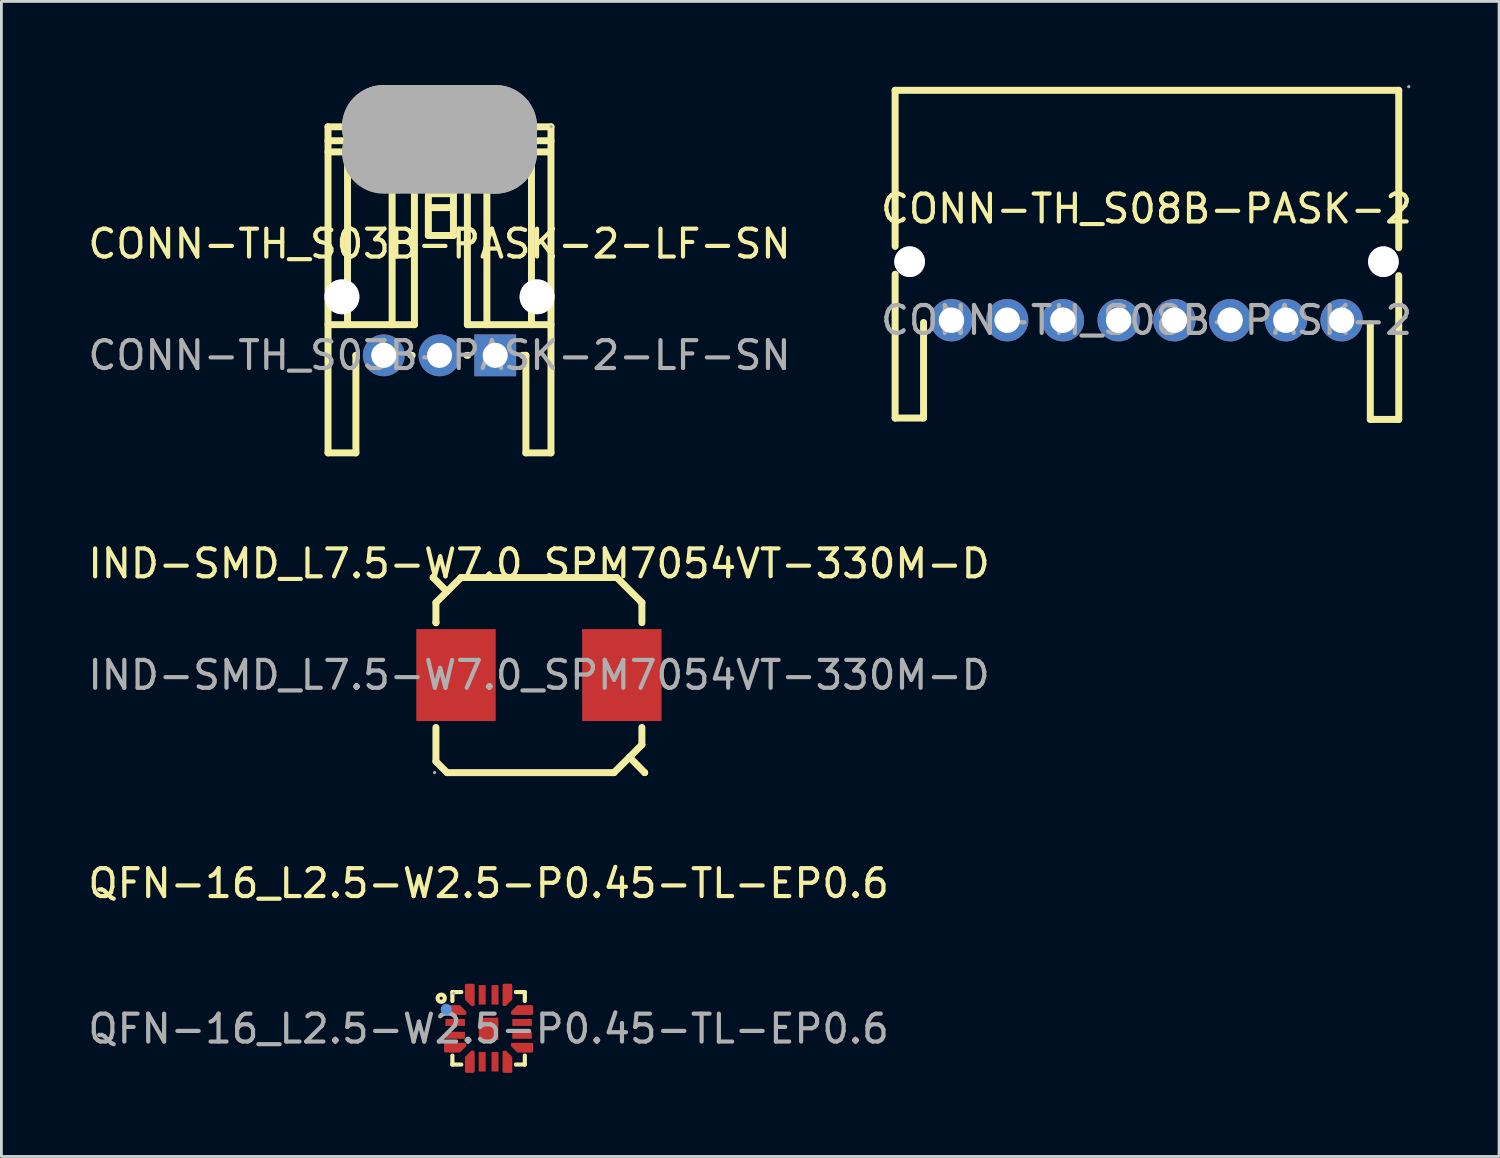
<source format=kicad_pcb>
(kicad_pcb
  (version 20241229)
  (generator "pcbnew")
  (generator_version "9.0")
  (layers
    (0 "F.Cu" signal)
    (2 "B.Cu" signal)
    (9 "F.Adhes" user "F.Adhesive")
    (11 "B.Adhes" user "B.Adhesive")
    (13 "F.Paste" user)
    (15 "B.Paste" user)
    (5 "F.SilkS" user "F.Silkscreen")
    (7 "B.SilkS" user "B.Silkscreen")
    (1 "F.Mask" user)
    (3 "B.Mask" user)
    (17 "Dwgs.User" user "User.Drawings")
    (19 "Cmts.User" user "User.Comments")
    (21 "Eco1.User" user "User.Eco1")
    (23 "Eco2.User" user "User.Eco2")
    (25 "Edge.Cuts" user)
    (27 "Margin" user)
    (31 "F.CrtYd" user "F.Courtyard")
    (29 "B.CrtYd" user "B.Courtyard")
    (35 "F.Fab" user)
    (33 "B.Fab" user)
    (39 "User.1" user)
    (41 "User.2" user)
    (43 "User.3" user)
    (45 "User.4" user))
  (footprint "CONN-TH_S08B-PASK-2"
    (layer "F.Cu")
    (at 38.089 8.44)
    (property "Reference" "CONN-TH_S08B-PASK-2" (at 0 -4 0) (layer "F.SilkS") (effects (font (size 1 1) (thickness 0.15))))
    (attr through_hole)
    (fp_line (start -9.02 -8.25) (end -9.02 -2.65) (stroke (width 0.25) (type solid)) (layer "F.SilkS"))
    (fp_line (start -9.02 -8.25) (end 9.05 -8.25) (stroke (width 0.25) (type solid)) (layer "F.SilkS"))
    (fp_line (start -9.02 -1.65) (end -9.02 3.51) (stroke (width 0.25) (type solid)) (layer "F.SilkS"))
    (fp_line (start -9.02 3.51) (end -8 3.51) (stroke (width 0.25) (type solid)) (layer "F.SilkS"))
    (fp_line (start -8 3.51) (end -8 0.08) (stroke (width 0.25) (type solid)) (layer "F.SilkS"))
    (fp_line (start 8.03 3.56) (end 8.03 0.13) (stroke (width 0.25) (type solid)) (layer "F.SilkS"))
    (fp_line (start 9.05 -8.25) (end 9.05 -2.6) (stroke (width 0.25) (type solid)) (layer "F.SilkS"))
    (fp_line (start 9.05 -1.6) (end 9.05 3.56) (stroke (width 0.25) (type solid)) (layer "F.SilkS"))
    (fp_line (start 9.05 3.56) (end 8.03 3.56) (stroke (width 0.25) (type solid)) (layer "F.SilkS"))
    (fp_circle (center -8.5 -2.1) (end -8.27 -2.1) (stroke (width 0.45) (type solid)) (fill no) (layer "F.Fab"))
    (fp_circle (center -7 0) (end -6.82 0) (stroke (width 0.36) (type solid)) (fill no) (layer "F.Fab"))
    (fp_circle (center -5 0) (end -4.82 0) (stroke (width 0.36) (type solid)) (fill no) (layer "F.Fab"))
    (fp_circle (center -3 0) (end -2.82 0) (stroke (width 0.36) (type solid)) (fill no) (layer "F.Fab"))
    (fp_circle (center -1 0) (end -0.82 0) (stroke (width 0.36) (type solid)) (fill no) (layer "F.Fab"))
    (fp_circle (center 1 0) (end 1.18 0) (stroke (width 0.36) (type solid)) (fill no) (layer "F.Fab"))
    (fp_circle (center 3 0) (end 3.18 0) (stroke (width 0.36) (type solid)) (fill no) (layer "F.Fab"))
    (fp_circle (center 5 0) (end 5.18 0) (stroke (width 0.36) (type solid)) (fill no) (layer "F.Fab"))
    (fp_circle (center 7 0) (end 7.18 0) (stroke (width 0.36) (type solid)) (fill no) (layer "F.Fab"))
    (fp_circle (center 8.5 -2.1) (end 8.73 -2.1) (stroke (width 0.45) (type solid)) (fill no) (layer "F.Fab"))
    (fp_circle (center 9.41 -8.38) (end 9.44 -8.38) (stroke (width 0.06) (type solid)) (fill no) (layer "F.Fab"))
    (fp_text user "${REFERENCE}" (at 0 0 0) (layer "F.Fab") (effects (font (size 1 1) (thickness 0.15))))
    (pad "" thru_hole circle (at -8.5 -2.1) (size 1.1 1.1) (drill 1.1) (layers "*.Cu" "*.Mask"))
    (pad "" thru_hole circle (at 8.5 -2.1) (size 1.1 1.1) (drill 1.1) (layers "*.Cu" "*.Mask"))
    (pad "1" thru_hole circle (at 7 0) (size 1.52 1.52) (drill 0.914) (layers "*.Cu" "*.Mask"))
    (pad "2" thru_hole circle (at 5 0) (size 1.52 1.52) (drill 0.914) (layers "*.Cu" "*.Mask"))
    (pad "3" thru_hole circle (at 3 0) (size 1.52 1.52) (drill 0.914) (layers "*.Cu" "*.Mask"))
    (pad "4" thru_hole circle (at 1 0) (size 1.52 1.52) (drill 0.914) (layers "*.Cu" "*.Mask"))
    (pad "5" thru_hole circle (at -1 0) (size 1.52 1.52) (drill 0.914) (layers "*.Cu" "*.Mask"))
    (pad "6" thru_hole circle (at -3 0) (size 1.52 1.52) (drill 0.914) (layers "*.Cu" "*.Mask"))
    (pad "7" thru_hole circle (at -5 0) (size 1.52 1.52) (drill 0.914) (layers "*.Cu" "*.Mask"))
    (pad "8" thru_hole circle (at -7 0) (size 1.52 1.52) (drill 0.914) (layers "*.Cu" "*.Mask")))
  (footprint "CONN-TH_S03B-PASK-2-LF-SN"
    (layer "F.Cu")
    (at 12.72 9.7)
    (property "Reference" "CONN-TH_S03B-PASK-2-LF-SN" (at 0 -4 0) (layer "F.SilkS") (effects (font (size 1 1) (thickness 0.15))))
    (attr through_hole)
    (fp_line (start -4 -8.2) (end -4 3.5) (stroke (width 0.25) (type solid)) (layer "F.SilkS"))
    (fp_line (start -4 -8.2) (end 4 -8.2) (stroke (width 0.25) (type solid)) (layer "F.SilkS"))
    (fp_line (start -4 -7.7) (end -2 -7.7) (stroke (width 0.25) (type solid)) (layer "F.SilkS"))
    (fp_line (start -4 -1.1) (end -0.9 -1.1) (stroke (width 0.25) (type solid)) (layer "F.SilkS"))
    (fp_line (start -3.3 -7.3) (end -3.3 -1.1) (stroke (width 0.25) (type solid)) (layer "F.SilkS"))
    (fp_line (start -3 0) (end -3 3.5) (stroke (width 0.25) (type solid)) (layer "F.SilkS"))
    (fp_line (start -3 0) (end -2.98 0) (stroke (width 0.25) (type solid)) (layer "F.SilkS"))
    (fp_line (start -3 3.5) (end -4 3.5) (stroke (width 0.25) (type solid)) (layer "F.SilkS"))
    (fp_line (start -2 -7.3) (end -4 -7.3) (stroke (width 0.25) (type solid)) (layer "F.SilkS"))
    (fp_line (start -1.7 -7.3) (end -1.7 -1.1) (stroke (width 0.25) (type solid)) (layer "F.SilkS"))
    (fp_line (start -1.02 0) (end -0.98 0) (stroke (width 0.25) (type solid)) (layer "F.SilkS"))
    (fp_line (start -0.9 -1.1) (end -0.9 -7.3) (stroke (width 0.25) (type solid)) (layer "F.SilkS"))
    (fp_line (start -0.4 -5.8) (end 0.5 -5.8) (stroke (width 0.25) (type solid)) (layer "F.SilkS"))
    (fp_line (start -0.4 -4.3) (end -0.4 -5.7) (stroke (width 0.25) (type solid)) (layer "F.SilkS"))
    (fp_line (start -0.3 -5.3) (end 0.4 -5.3) (stroke (width 0.25) (type solid)) (layer "F.SilkS"))
    (fp_line (start 0.5 -5.8) (end 0.5 -4.3) (stroke (width 0.25) (type solid)) (layer "F.SilkS"))
    (fp_line (start 0.5 -4.3) (end -0.4 -4.3) (stroke (width 0.25) (type solid)) (layer "F.SilkS"))
    (fp_line (start 0.98 0) (end 1.02 0) (stroke (width 0.25) (type solid)) (layer "F.SilkS"))
    (fp_line (start 1 -7.3) (end 1 -1.1) (stroke (width 0.25) (type solid)) (layer "F.SilkS"))
    (fp_line (start 1 -1.1) (end 4 -1.1) (stroke (width 0.25) (type solid)) (layer "F.SilkS"))
    (fp_line (start 1.7 -7.3) (end 1.7 -1.1) (stroke (width 0.25) (type solid)) (layer "F.SilkS"))
    (fp_line (start 2 -7.7) (end 4 -7.7) (stroke (width 0.25) (type solid)) (layer "F.SilkS"))
    (fp_line (start 2 -7.3) (end 3.9 -7.3) (stroke (width 0.25) (type solid)) (layer "F.SilkS"))
    (fp_line (start 2.98 0) (end 3.1 0) (stroke (width 0.25) (type solid)) (layer "F.SilkS"))
    (fp_line (start 3.1 3.5) (end 3.1 0) (stroke (width 0.25) (type solid)) (layer "F.SilkS"))
    (fp_line (start 3.3 -7.3) (end 3.3 -1.1) (stroke (width 0.25) (type solid)) (layer "F.SilkS"))
    (fp_line (start 4 -8.2) (end 4 3.5) (stroke (width 0.25) (type solid)) (layer "F.SilkS"))
    (fp_line (start 4 3.5) (end 3.1 3.5) (stroke (width 0.25) (type solid)) (layer "F.SilkS"))
    (fp_circle (center -3.5 -2.1) (end -3.24 -2.1) (stroke (width 0.52) (type solid)) (fill no) (layer "Cmts.User"))
    (fp_circle (center 3.5 -2.1) (end 3.76 -2.1) (stroke (width 0.52) (type solid)) (fill no) (layer "Cmts.User"))
    (fp_line (start -2 -8.2) (end -2 -8.2) (stroke (width 3) (type solid)) (layer "F.Fab"))
    (fp_line (start -2 -8.2) (end 2 -8.2) (stroke (width 3) (type solid)) (layer "F.Fab"))
    (fp_line (start 2 -8.2) (end 2 -7.3) (stroke (width 3) (type solid)) (layer "F.Fab"))
    (fp_line (start 2 -7.3) (end -2 -7.3) (stroke (width 3) (type solid)) (layer "F.Fab"))
    (fp_circle (center 4.01 -8.21) (end 4.04 -8.21) (stroke (width 0.06) (type solid)) (fill no) (layer "F.Fab"))
    (fp_text user "${REFERENCE}" (at 0 0 0) (layer "F.Fab") (effects (font (size 1 1) (thickness 0.15))))
    (pad "" thru_hole circle (at -3.5 -2.1) (size 1.25 1.25) (drill 1.25) (layers "*.Cu" "*.Mask"))
    (pad "" thru_hole circle (at 3.5 -2.1) (size 1.25 1.25) (drill 1.25) (layers "*.Cu" "*.Mask"))
    (pad "1" thru_hole rect (at 2 0) (size 1.5 1.5) (drill 0.9) (layers "*.Cu" "*.Mask"))
    (pad "2" thru_hole circle (at 0 0) (size 1.5 1.5) (drill 0.9) (layers "*.Cu" "*.Mask"))
    (pad "3" thru_hole circle (at -2 0) (size 1.5 1.5) (drill 0.9) (layers "*.Cu" "*.Mask")))
  (footprint "QFN-16_L2.5-W2.5-P0.45-TL-EP0.6"
    (layer "F.Cu")
    (at 14.482 33.867)
    (property "Reference" "QFN-16_L2.5-W2.5-P0.45-TL-EP0.6" (at 0 -5.22 0) (layer "F.SilkS") (effects (font (size 1 1) (thickness 0.15))))
    (attr smd)
    (fp_line (start -1.3 -1.32) (end -0.98 -1.32) (stroke (width 0.15) (type solid)) (layer "F.SilkS"))
    (fp_line (start -1.3 -1) (end -1.3 -1.32) (stroke (width 0.15) (type solid)) (layer "F.SilkS"))
    (fp_line (start -1.3 1.28) (end -1.3 0.96) (stroke (width 0.15) (type solid)) (layer "F.SilkS"))
    (fp_line (start -0.98 1.28) (end -1.3 1.28) (stroke (width 0.15) (type solid)) (layer "F.SilkS"))
    (fp_line (start 0.98 -1.32) (end 1.3 -1.32) (stroke (width 0.15) (type solid)) (layer "F.SilkS"))
    (fp_line (start 1.3 -1.32) (end 1.3 -1) (stroke (width 0.15) (type solid)) (layer "F.SilkS"))
    (fp_line (start 1.3 0.96) (end 1.3 1.28) (stroke (width 0.15) (type solid)) (layer "F.SilkS"))
    (fp_line (start 1.3 1.28) (end 0.98 1.28) (stroke (width 0.15) (type solid)) (layer "F.SilkS"))
    (fp_circle (center -1.7 -1.1) (end -1.57 -1.1) (stroke (width 0.15) (type solid)) (fill no) (layer "F.SilkS"))
    (fp_circle (center -1.52 -0.7) (end -1.42 -0.7) (stroke (width 0.2) (type solid)) (fill no) (layer "Cmts.User"))
    (fp_circle (center -1.25 -1.27) (end -1.22 -1.27) (stroke (width 0.06) (type solid)) (fill no) (layer "F.Fab"))
    (fp_text user "${REFERENCE}" (at 0 0 0) (layer "F.Fab") (effects (font (size 1 1) (thickness 0.15))))
    (pad "1" smd custom (at -1.2 -0.67) (size 0.01 0.01) (layers "F.Cu" "F.Mask" "F.Paste") (options (anchor circle)) (primitives (gr_poly (pts (xy 0.35 0.07) (xy 0.15 -0.13) (xy -0.35 -0.13) (xy -0.35 0.12) (xy 0.35 0.12) (xy 0.35 0.07)) (width 0.1) (fill yes))))
    (pad "2" smd rect (at -1.2 -0.23 90) (size 0.25 0.7) (layers "F.Cu" "F.Mask" "F.Paste"))
    (pad "3" smd rect (at -1.2 0.23 90) (size 0.25 0.7) (layers "F.Cu" "F.Mask" "F.Paste"))
    (pad "4" smd custom (at -1.2 0.67) (size 0.01 0.01) (layers "F.Cu" "F.Mask" "F.Paste") (options (anchor circle)) (primitives (gr_poly (pts (xy -0.35 0.13) (xy 0.15 0.13) (xy 0.35 -0.07) (xy 0.35 -0.12) (xy -0.35 -0.12)) (width 0.1) (fill yes))))
    (pad "5" smd custom (at -0.67 1.22) (size 0.01 0.01) (layers "F.Cu" "F.Mask" "F.Paste") (options (anchor circle)) (primitives (gr_poly (pts (xy -0.13 0.31) (xy -0.13 -0.19) (xy 0.07 -0.39) (xy 0.12 -0.39) (xy 0.12 0.31)) (width 0.1) (fill yes))))
    (pad "6" smd rect (at -0.23 1.18 180) (size 0.25 0.7) (layers "F.Cu" "F.Mask" "F.Paste"))
    (pad "7" smd rect (at 0.23 1.18 180) (size 0.25 0.7) (layers "F.Cu" "F.Mask" "F.Paste"))
    (pad "8" smd custom (at 0.68 1.22) (size 0.01 0.01) (layers "F.Cu" "F.Mask" "F.Paste") (options (anchor circle)) (primitives (gr_poly (pts (xy 0.12 0.31) (xy 0.12 -0.19) (xy -0.08 -0.39) (xy -0.13 -0.39) (xy -0.13 0.31)) (width 0.1) (fill yes))))
    (pad "9" smd custom (at 1.2 0.67) (size 0.01 0.01) (layers "F.Cu" "F.Mask" "F.Paste") (options (anchor circle)) (primitives (gr_poly (pts (xy 0.35 0.13) (xy -0.15 0.13) (xy -0.35 -0.07) (xy -0.35 -0.12) (xy 0.35 -0.12)) (width 0.1) (fill yes))))
    (pad "10" smd rect (at 1.2 0.23 270) (size 0.25 0.7) (layers "F.Cu" "F.Mask" "F.Paste"))
    (pad "11" smd rect (at 1.2 -0.23 270) (size 0.25 0.7) (layers "F.Cu" "F.Mask" "F.Paste"))
    (pad "12" smd custom (at 1.2 -0.68) (size 0.01 0.01) (layers "F.Cu" "F.Mask" "F.Paste") (options (anchor circle)) (primitives (gr_poly (pts (xy 0.35 -0.12) (xy -0.15 -0.12) (xy -0.35 0.08) (xy -0.35 0.13) (xy 0.35 0.13)) (width 0.1) (fill yes))))
    (pad "13" smd custom (at 0.68 -1.22) (size 0.01 0.01) (layers "F.Cu" "F.Mask" "F.Paste") (options (anchor circle)) (primitives (gr_poly (pts (xy 0.12 0.15) (xy 0.12 -0.35) (xy -0.13 -0.35) (xy -0.13 0.35) (xy -0.08 0.35) (xy 0.12 0.15)) (width 0.1) (fill yes))))
    (pad "14" smd rect (at 0.23 -1.22) (size 0.25 0.7) (layers "F.Cu" "F.Mask" "F.Paste"))
    (pad "15" smd rect (at -0.23 -1.22) (size 0.25 0.7) (layers "F.Cu" "F.Mask" "F.Paste"))
    (pad "16" smd custom (at -0.67 -1.22) (size 0.01 0.01) (layers "F.Cu" "F.Mask" "F.Paste") (options (anchor circle)) (primitives (gr_poly (pts (xy 0.12 -0.35) (xy -0.13 -0.35) (xy -0.13 0.15) (xy 0.07 0.35) (xy 0.12 0.35) (xy 0.12 -0.35)) (width 0.1) (fill yes))))
    (pad "17" smd rect (at 0 0 90) (size 0.8 0.7) (layers "F.Cu" "F.Mask" "F.Paste")))
  (footprint "IND-SMD_L7.5-W7.0_SPM7054VT-330M-D"
    (layer "F.Cu")
    (at 16.292 21.173)
    (property "Reference" "IND-SMD_L7.5-W7.0_SPM7054VT-330M-D" (at 0 -4 0) (layer "F.SilkS") (effects (font (size 1 1) (thickness 0.15))))
    (attr smd)
    (fp_line (start -3.8 -3.5) (end -3.8 -3.5) (stroke (width 0.25) (type solid)) (layer "F.SilkS"))
    (fp_line (start -3.8 -3.5) (end -3.31 -3) (stroke (width 0.25) (type solid)) (layer "F.SilkS"))
    (fp_line (start -3.7 -2.6) (end -2.8 -3.5) (stroke (width 0.25) (type solid)) (layer "F.SilkS"))
    (fp_line (start -3.7 -1.88) (end -3.7 -2.6) (stroke (width 0.25) (type solid)) (layer "F.SilkS"))
    (fp_line (start -3.7 -1.88) (end -3.7 -1.9) (stroke (width 0.25) (type solid)) (layer "F.SilkS"))
    (fp_line (start -3.7 3.1) (end -3.7 1.88) (stroke (width 0.25) (type solid)) (layer "F.SilkS"))
    (fp_line (start -3.3 3.5) (end -3.7 3.1) (stroke (width 0.25) (type solid)) (layer "F.SilkS"))
    (fp_line (start -2.8 -3.5) (end 2.79 -3.5) (stroke (width 0.25) (type solid)) (layer "F.SilkS"))
    (fp_line (start 2.69 3.5) (end -3.3 3.5) (stroke (width 0.25) (type solid)) (layer "F.SilkS"))
    (fp_line (start 2.79 -3.5) (end 3.69 -2.6) (stroke (width 0.25) (type solid)) (layer "F.SilkS"))
    (fp_line (start 3.69 -2.6) (end 3.69 -1.88) (stroke (width 0.25) (type solid)) (layer "F.SilkS"))
    (fp_line (start 3.69 1.88) (end 3.69 2.5) (stroke (width 0.25) (type solid)) (layer "F.SilkS"))
    (fp_line (start 3.69 2.5) (end 2.69 3.5) (stroke (width 0.25) (type solid)) (layer "F.SilkS"))
    (fp_line (start 3.79 3.5) (end 3.25 2.95) (stroke (width 0.25) (type solid)) (layer "F.SilkS"))
    (fp_line (start 3.79 3.5) (end 3.79 3.5) (stroke (width 0.25) (type solid)) (layer "F.SilkS"))
    (fp_circle (center -3.75 3.5) (end -3.72 3.5) (stroke (width 0.06) (type solid)) (fill no) (layer "F.Fab"))
    (fp_text user "${REFERENCE}" (at 0 0 0) (layer "F.Fab") (effects (font (size 1 1) (thickness 0.15))))
    (pad "1" smd rect (at -2.98 0) (size 2.85 3.3) (layers "F.Cu" "F.Mask" "F.Paste"))
    (pad "2" smd rect (at 2.97 0) (size 2.85 3.3) (layers "F.Cu" "F.Mask" "F.Paste")))
  (gr_rect
    (start -3 -3)
    (end 50.738 38.447)
    (stroke (width 0.1) (type default))
    (fill no)
    (layer "Edge.Cuts")))
</source>
